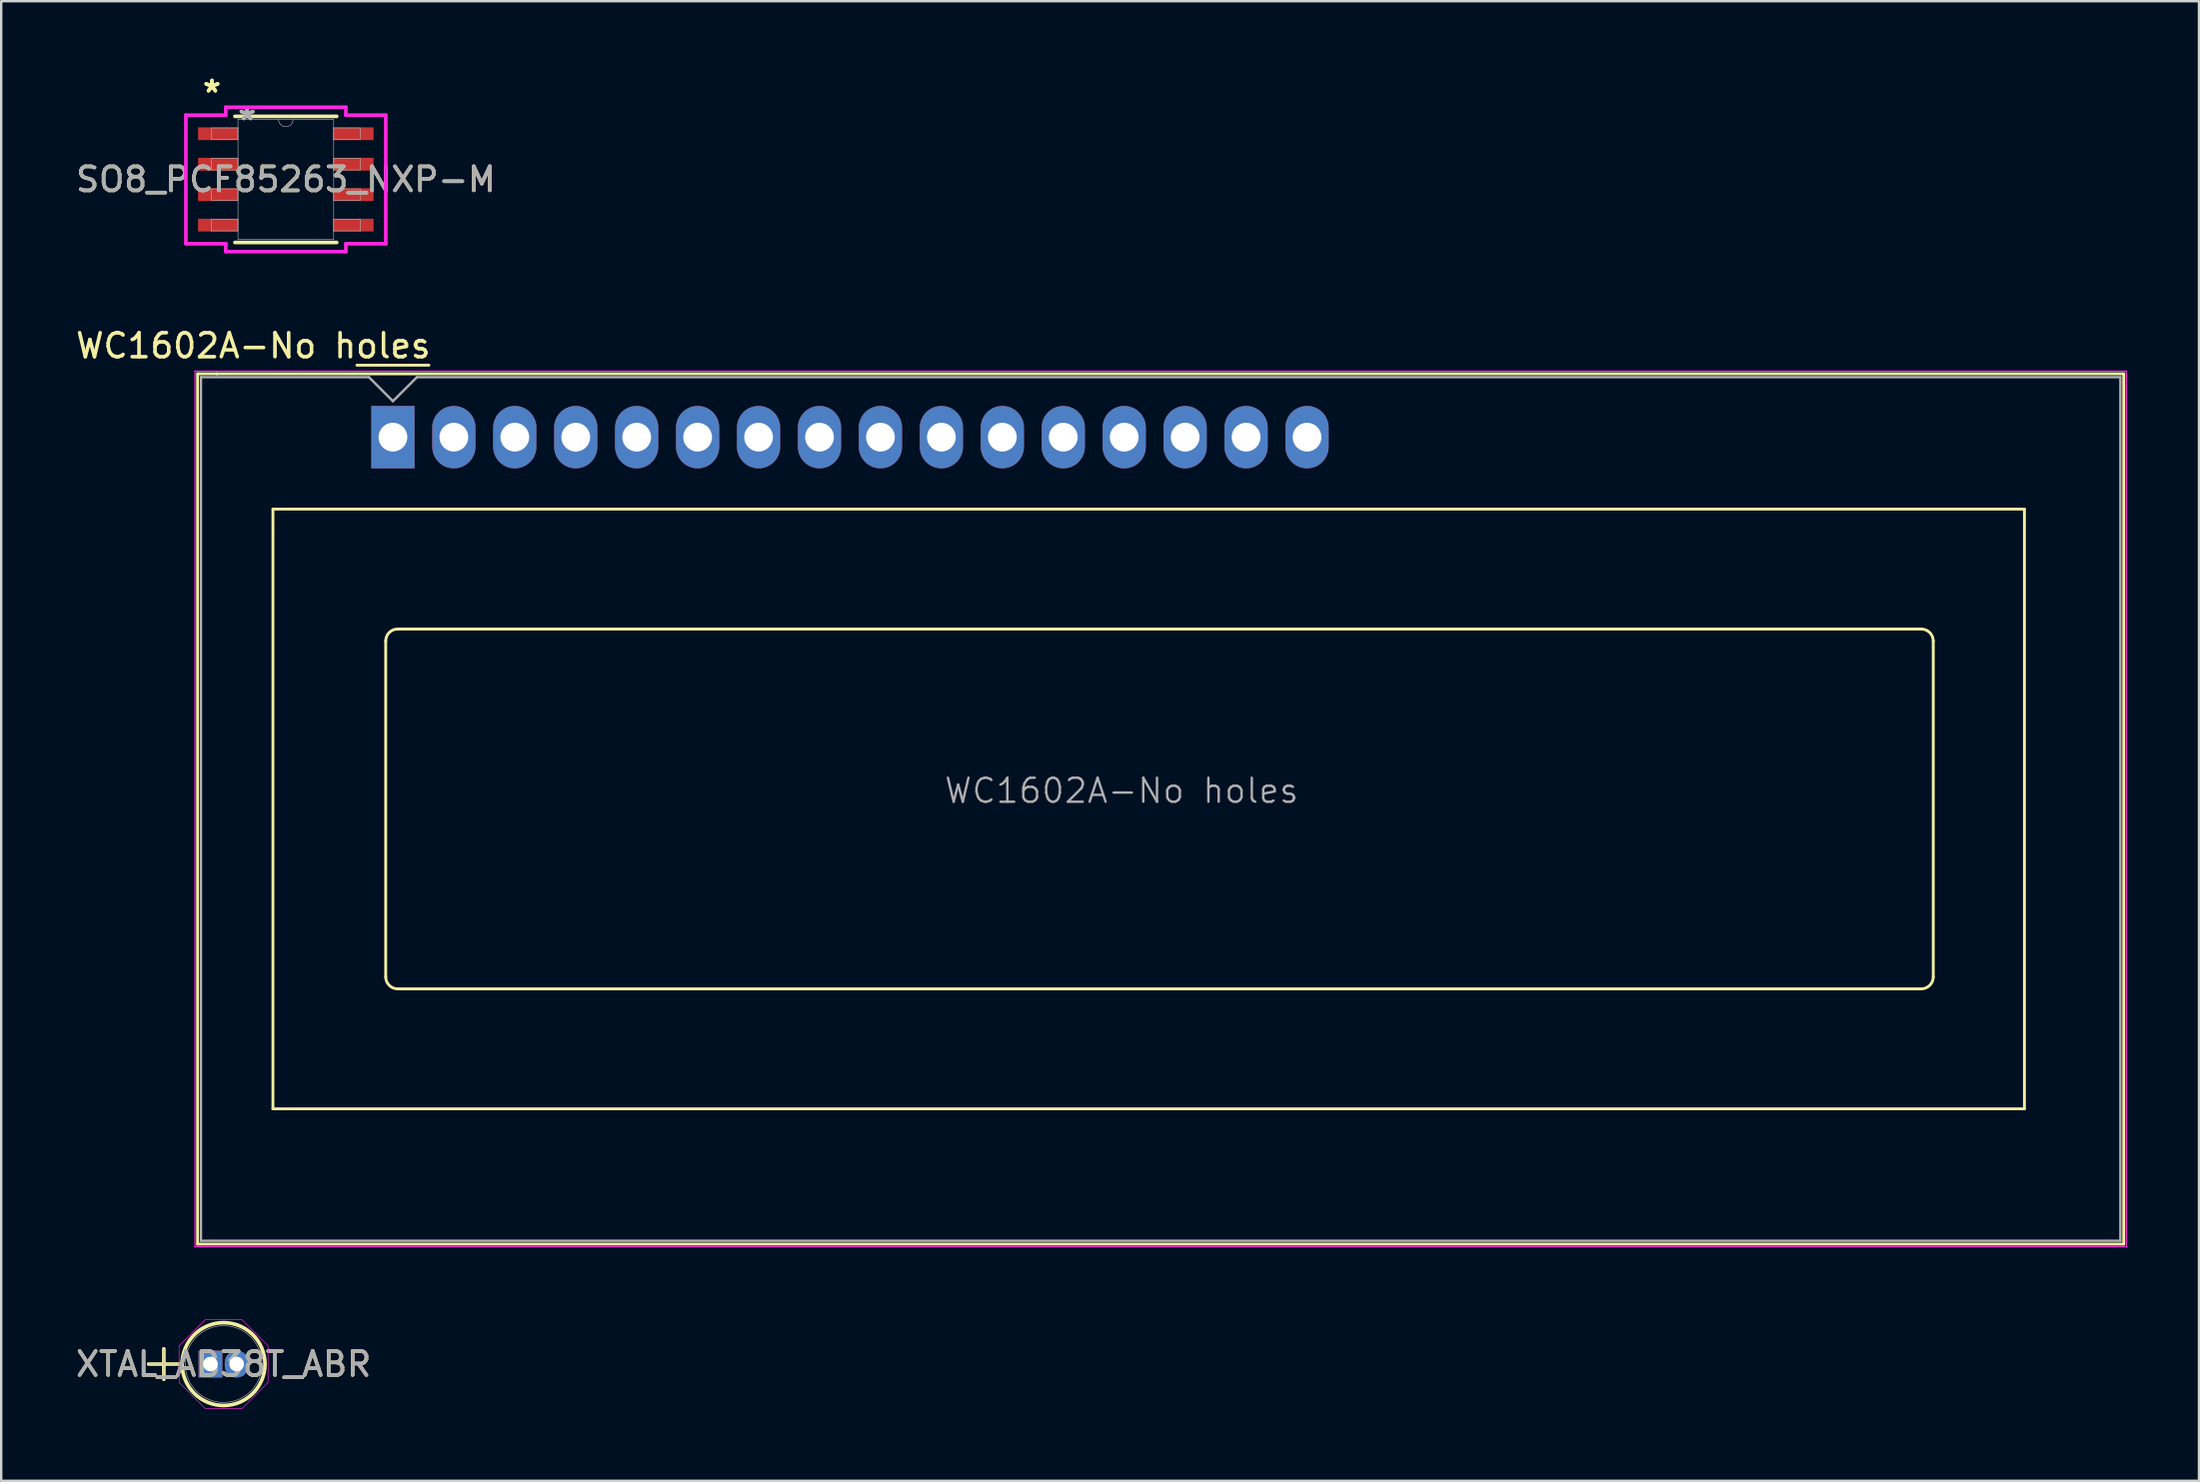
<source format=kicad_pcb>
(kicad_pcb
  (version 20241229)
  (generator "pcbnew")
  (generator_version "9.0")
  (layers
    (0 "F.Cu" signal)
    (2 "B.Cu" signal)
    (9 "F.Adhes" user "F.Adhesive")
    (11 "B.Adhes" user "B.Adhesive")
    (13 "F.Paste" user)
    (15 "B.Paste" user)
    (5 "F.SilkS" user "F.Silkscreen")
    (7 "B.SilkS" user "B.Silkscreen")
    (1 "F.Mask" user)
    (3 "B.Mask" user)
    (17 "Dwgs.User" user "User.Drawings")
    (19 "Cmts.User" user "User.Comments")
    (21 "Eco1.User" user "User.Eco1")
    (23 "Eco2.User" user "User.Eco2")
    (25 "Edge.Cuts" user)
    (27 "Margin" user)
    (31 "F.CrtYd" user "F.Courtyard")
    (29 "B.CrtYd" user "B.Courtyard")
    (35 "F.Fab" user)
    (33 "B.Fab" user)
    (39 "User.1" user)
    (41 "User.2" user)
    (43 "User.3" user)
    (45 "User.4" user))
  (footprint "WC1602A-No holes"
    (layer "F.Cu")
    (at 13.326 15.174)
    (property "Reference" "WC1602A-No holes" (at -5.82 -3.81 180) (layer "F.SilkS") (effects (font (size 1 1) (thickness 0.15))))
    (attr through_hole)
    (fp_line (start -8.14 -2.64) (end -8.14 33.64) (stroke (width 0.12) (type solid)) (layer "F.SilkS"))
    (fp_line (start -8.14 33.64) (end 72.14 33.64) (stroke (width 0.12) (type solid)) (layer "F.SilkS"))
    (fp_line (start -8.13 -2.64) (end -7.34 -2.64) (stroke (width 0.12) (type solid)) (layer "F.SilkS"))
    (fp_line (start -5 3) (end 68 3) (stroke (width 0.12) (type solid)) (layer "F.SilkS"))
    (fp_line (start -5 28) (end -5 3) (stroke (width 0.12) (type solid)) (layer "F.SilkS"))
    (fp_line (start -1.5 -3) (end 1.5 -3) (stroke (width 0.12) (type solid)) (layer "F.SilkS"))
    (fp_line (start -0.3 22.499) (end -0.3 8.5) (stroke (width 0.12) (type solid)) (layer "F.SilkS"))
    (fp_line (start 0.2 8) (end 63.7 8) (stroke (width 0.12) (type solid)) (layer "F.SilkS"))
    (fp_line (start 63.701 23) (end 0.2 23) (stroke (width 0.12) (type solid)) (layer "F.SilkS"))
    (fp_line (start 64.2 8.5) (end 64.2 22.5) (stroke (width 0.12) (type solid)) (layer "F.SilkS"))
    (fp_line (start 68 3) (end 68 28) (stroke (width 0.12) (type solid)) (layer "F.SilkS"))
    (fp_line (start 68 28) (end -5 28) (stroke (width 0.12) (type solid)) (layer "F.SilkS"))
    (fp_line (start 72.14 -2.64) (end -7.34 -2.64) (stroke (width 0.12) (type solid)) (layer "F.SilkS"))
    (fp_line (start 72.14 33.64) (end 72.14 -2.64) (stroke (width 0.12) (type solid)) (layer "F.SilkS"))
    (fp_arc (start -0.29972 8.49884) (mid -0.153162 8.145018) (end 0.20066 7.99846) (stroke (width 0.12) (type solid)) (layer "F.SilkS"))
    (fp_arc (start 0.20066 22.9997) (mid -0.153162 22.853142) (end -0.29972 22.49932) (stroke (width 0.12) (type solid)) (layer "F.SilkS"))
    (fp_arc (start 63.7 8) (mid 64.053553 8.146447) (end 64.2 8.5) (stroke (width 0.12) (type solid)) (layer "F.SilkS"))
    (fp_arc (start 64.20104 22.49932) (mid 64.054482 22.853142) (end 63.70066 22.9997) (stroke (width 0.12) (type solid)) (layer "F.SilkS"))
    (fp_line (start -8.25 -2.75) (end -8.25 33.75) (stroke (width 0.05) (type solid)) (layer "F.CrtYd"))
    (fp_line (start -8.25 -2.75) (end 72.25 -2.75) (stroke (width 0.05) (type solid)) (layer "F.CrtYd"))
    (fp_line (start -8.25 33.75) (end 72.25 33.75) (stroke (width 0.05) (type solid)) (layer "F.CrtYd"))
    (fp_line (start 72.25 -2.75) (end 72.25 33.75) (stroke (width 0.05) (type solid)) (layer "F.CrtYd"))
    (fp_line (start -8 33.5) (end -8 -2.5) (stroke (width 0.1) (type solid)) (layer "F.Fab"))
    (fp_line (start -1 -2.5) (end -8 -2.5) (stroke (width 0.1) (type solid)) (layer "F.Fab"))
    (fp_line (start 0 -1.5) (end -1 -2.5) (stroke (width 0.1) (type solid)) (layer "F.Fab"))
    (fp_line (start 1 -2.5) (end 0 -1.5) (stroke (width 0.1) (type solid)) (layer "F.Fab"))
    (fp_line (start 1 -2.5) (end 72 -2.5) (stroke (width 0.1) (type solid)) (layer "F.Fab"))
    (fp_line (start 72 -2.5) (end 72 33.5) (stroke (width 0.1) (type solid)) (layer "F.Fab"))
    (fp_line (start 72 33.5) (end -8 33.5) (stroke (width 0.1) (type solid)) (layer "F.Fab"))
    (fp_text user "${REFERENCE}" (at 30.37 14.74 180) (layer "F.Fab") (effects (font (size 1 1) (thickness 0.1))))
    (pad "1" thru_hole rect (at 0 0) (size 1.8 2.6) (drill 1.2) (layers "*.Cu" "*.Mask"))
    (pad "2" thru_hole oval (at 2.54 0) (size 1.8 2.6) (drill 1.2) (layers "*.Cu" "*.Mask"))
    (pad "3" thru_hole oval (at 5.08 0) (size 1.8 2.6) (drill 1.2) (layers "*.Cu" "*.Mask"))
    (pad "4" thru_hole oval (at 7.62 0) (size 1.8 2.6) (drill 1.2) (layers "*.Cu" "*.Mask"))
    (pad "5" thru_hole oval (at 10.16 0) (size 1.8 2.6) (drill 1.2) (layers "*.Cu" "*.Mask"))
    (pad "6" thru_hole oval (at 12.7 0) (size 1.8 2.6) (drill 1.2) (layers "*.Cu" "*.Mask"))
    (pad "7" thru_hole oval (at 15.24 0) (size 1.8 2.6) (drill 1.2) (layers "*.Cu" "*.Mask"))
    (pad "8" thru_hole oval (at 17.78 0) (size 1.8 2.6) (drill 1.2) (layers "*.Cu" "*.Mask"))
    (pad "9" thru_hole oval (at 20.32 0) (size 1.8 2.6) (drill 1.2) (layers "*.Cu" "*.Mask"))
    (pad "10" thru_hole oval (at 22.86 0) (size 1.8 2.6) (drill 1.2) (layers "*.Cu" "*.Mask"))
    (pad "11" thru_hole oval (at 25.4 0) (size 1.8 2.6) (drill 1.2) (layers "*.Cu" "*.Mask"))
    (pad "12" thru_hole oval (at 27.94 0) (size 1.8 2.6) (drill 1.2) (layers "*.Cu" "*.Mask"))
    (pad "13" thru_hole oval (at 30.48 0) (size 1.8 2.6) (drill 1.2) (layers "*.Cu" "*.Mask"))
    (pad "14" thru_hole oval (at 33.02 0) (size 1.8 2.6) (drill 1.2) (layers "*.Cu" "*.Mask"))
    (pad "15" thru_hole oval (at 35.56 0) (size 1.8 2.6) (drill 1.2) (layers "*.Cu" "*.Mask"))
    (pad "16" thru_hole oval (at 38.1 0) (size 1.8 2.6) (drill 1.2) (layers "*.Cu" "*.Mask")))
  (footprint "XTAL_AB38T_ABR"
    (layer "F.Cu")
    (at 5.722 53.816)
    (property "Reference" "XTAL_AB38T_ABR" (at 0.546 0 0) (unlocked yes) (layer "F.SilkS") (effects (font (size 1 1) (thickness 0.15))))
    (attr through_hole)
    (fp_line (start -2.578 0) (end -1.308 0) (stroke (width 0.152) (type solid)) (layer "F.SilkS"))
    (fp_line (start -1.943 -0.635) (end -1.943 0.635) (stroke (width 0.152) (type solid)) (layer "F.SilkS"))
    (fp_circle (center 0.546 0) (end 2.273 0) (stroke (width 0.152) (type solid)) (fill no) (layer "F.SilkS"))
    (fp_line (start -1.308 -0.763) (end -0.217 -1.854) (stroke (width 0.025) (type solid)) (layer "F.CrtYd"))
    (fp_line (start -1.308 0.763) (end -1.308 -0.763) (stroke (width 0.025) (type solid)) (layer "F.CrtYd"))
    (fp_line (start -0.217 -1.854) (end 1.31 -1.854) (stroke (width 0.025) (type solid)) (layer "F.CrtYd"))
    (fp_line (start -0.217 1.854) (end -1.308 0.763) (stroke (width 0.025) (type solid)) (layer "F.CrtYd"))
    (fp_line (start 1.31 -1.854) (end 2.4 -0.763) (stroke (width 0.025) (type solid)) (layer "F.CrtYd"))
    (fp_line (start 1.31 1.854) (end -0.217 1.854) (stroke (width 0.025) (type solid)) (layer "F.CrtYd"))
    (fp_line (start 2.4 -0.763) (end 2.4 0.763) (stroke (width 0.025) (type solid)) (layer "F.CrtYd"))
    (fp_line (start 2.4 0.763) (end 1.31 1.854) (stroke (width 0.025) (type solid)) (layer "F.CrtYd"))
    (fp_line (start -2.578 0) (end -1.308 0) (stroke (width 0.025) (type solid)) (layer "F.Fab"))
    (fp_line (start -1.943 -0.635) (end -1.943 0.635) (stroke (width 0.025) (type solid)) (layer "F.Fab"))
    (fp_circle (center 0.546 0) (end 2.146 0) (stroke (width 0.025) (type solid)) (fill no) (layer "F.Fab"))
    (fp_text user "${REFERENCE}" (at 0.546 0 0) (unlocked yes) (layer "F.Fab") (effects (font (size 1 1) (thickness 0.15))))
    (pad "1" thru_hole rect (at 0 0) (size 0.991 1.118) (drill 0.61) (layers "*.Cu" "*.Mask"))
    (pad "2" thru_hole oval (at 1.092 0) (size 0.991 1.118) (drill 0.61) (layers "*.Cu" "*.Mask")))
  (footprint "SO8_PCF85263_NXP-M"
    (layer "F.Cu")
    (at 8.863 4.43)
    (property "Reference" "SO8_PCF85263_NXP-M" (at 0 0 0) (unlocked yes) (layer "F.SilkS") (effects (font (size 1 1) (thickness 0.15))))
    (attr smd)
    (fp_line (start -2.121 2.629) (end 2.121 2.629) (stroke (width 0.152) (type solid)) (layer "F.SilkS"))
    (fp_line (start 2.121 -2.629) (end -2.121 -2.629) (stroke (width 0.152) (type solid)) (layer "F.SilkS"))
    (fp_line (start -4.166 -2.68) (end -2.502 -2.68) (stroke (width 0.152) (type solid)) (layer "F.CrtYd"))
    (fp_line (start -4.166 2.68) (end -4.166 -2.68) (stroke (width 0.152) (type solid)) (layer "F.CrtYd"))
    (fp_line (start -4.166 2.68) (end -2.502 2.68) (stroke (width 0.152) (type solid)) (layer "F.CrtYd"))
    (fp_line (start -2.502 -3.01) (end 2.502 -3.01) (stroke (width 0.152) (type solid)) (layer "F.CrtYd"))
    (fp_line (start -2.502 -2.68) (end -2.502 -3.01) (stroke (width 0.152) (type solid)) (layer "F.CrtYd"))
    (fp_line (start -2.502 3.01) (end -2.502 2.68) (stroke (width 0.152) (type solid)) (layer "F.CrtYd"))
    (fp_line (start 2.502 -3.01) (end 2.502 -2.68) (stroke (width 0.152) (type solid)) (layer "F.CrtYd"))
    (fp_line (start 2.502 2.68) (end 2.502 3.01) (stroke (width 0.152) (type solid)) (layer "F.CrtYd"))
    (fp_line (start 2.502 3.01) (end -2.502 3.01) (stroke (width 0.152) (type solid)) (layer "F.CrtYd"))
    (fp_line (start 4.166 -2.68) (end 2.502 -2.68) (stroke (width 0.152) (type solid)) (layer "F.CrtYd"))
    (fp_line (start 4.166 -2.68) (end 4.166 2.68) (stroke (width 0.152) (type solid)) (layer "F.CrtYd"))
    (fp_line (start 4.166 2.68) (end 2.502 2.68) (stroke (width 0.152) (type solid)) (layer "F.CrtYd"))
    (fp_line (start -3.099 -2.146) (end -3.099 -1.664) (stroke (width 0.025) (type solid)) (layer "F.Fab"))
    (fp_line (start -3.099 -1.664) (end -1.994 -1.664) (stroke (width 0.025) (type solid)) (layer "F.Fab"))
    (fp_line (start -3.099 -0.876) (end -3.099 -0.394) (stroke (width 0.025) (type solid)) (layer "F.Fab"))
    (fp_line (start -3.099 -0.394) (end -1.994 -0.394) (stroke (width 0.025) (type solid)) (layer "F.Fab"))
    (fp_line (start -3.099 0.394) (end -3.099 0.876) (stroke (width 0.025) (type solid)) (layer "F.Fab"))
    (fp_line (start -3.099 0.876) (end -1.994 0.876) (stroke (width 0.025) (type solid)) (layer "F.Fab"))
    (fp_line (start -3.099 1.664) (end -3.099 2.146) (stroke (width 0.025) (type solid)) (layer "F.Fab"))
    (fp_line (start -3.099 2.146) (end -1.994 2.146) (stroke (width 0.025) (type solid)) (layer "F.Fab"))
    (fp_line (start -1.994 -2.502) (end -1.994 2.502) (stroke (width 0.025) (type solid)) (layer "F.Fab"))
    (fp_line (start -1.994 -2.146) (end -3.099 -2.146) (stroke (width 0.025) (type solid)) (layer "F.Fab"))
    (fp_line (start -1.994 -1.664) (end -1.994 -2.146) (stroke (width 0.025) (type solid)) (layer "F.Fab"))
    (fp_line (start -1.994 -0.876) (end -3.099 -0.876) (stroke (width 0.025) (type solid)) (layer "F.Fab"))
    (fp_line (start -1.994 -0.394) (end -1.994 -0.876) (stroke (width 0.025) (type solid)) (layer "F.Fab"))
    (fp_line (start -1.994 0.394) (end -3.099 0.394) (stroke (width 0.025) (type solid)) (layer "F.Fab"))
    (fp_line (start -1.994 0.876) (end -1.994 0.394) (stroke (width 0.025) (type solid)) (layer "F.Fab"))
    (fp_line (start -1.994 1.664) (end -3.099 1.664) (stroke (width 0.025) (type solid)) (layer "F.Fab"))
    (fp_line (start -1.994 2.146) (end -1.994 1.664) (stroke (width 0.025) (type solid)) (layer "F.Fab"))
    (fp_line (start -1.994 2.502) (end 1.994 2.502) (stroke (width 0.025) (type solid)) (layer "F.Fab"))
    (fp_line (start 1.994 -2.502) (end -1.994 -2.502) (stroke (width 0.025) (type solid)) (layer "F.Fab"))
    (fp_line (start 1.994 -2.146) (end 1.994 -1.664) (stroke (width 0.025) (type solid)) (layer "F.Fab"))
    (fp_line (start 1.994 -1.664) (end 3.099 -1.664) (stroke (width 0.025) (type solid)) (layer "F.Fab"))
    (fp_line (start 1.994 -0.876) (end 1.994 -0.394) (stroke (width 0.025) (type solid)) (layer "F.Fab"))
    (fp_line (start 1.994 -0.394) (end 3.099 -0.394) (stroke (width 0.025) (type solid)) (layer "F.Fab"))
    (fp_line (start 1.994 0.394) (end 1.994 0.876) (stroke (width 0.025) (type solid)) (layer "F.Fab"))
    (fp_line (start 1.994 0.876) (end 3.099 0.876) (stroke (width 0.025) (type solid)) (layer "F.Fab"))
    (fp_line (start 1.994 1.664) (end 1.994 2.146) (stroke (width 0.025) (type solid)) (layer "F.Fab"))
    (fp_line (start 1.994 2.146) (end 3.099 2.146) (stroke (width 0.025) (type solid)) (layer "F.Fab"))
    (fp_line (start 1.994 2.502) (end 1.994 -2.502) (stroke (width 0.025) (type solid)) (layer "F.Fab"))
    (fp_line (start 3.099 -2.146) (end 1.994 -2.146) (stroke (width 0.025) (type solid)) (layer "F.Fab"))
    (fp_line (start 3.099 -1.664) (end 3.099 -2.146) (stroke (width 0.025) (type solid)) (layer "F.Fab"))
    (fp_line (start 3.099 -0.876) (end 1.994 -0.876) (stroke (width 0.025) (type solid)) (layer "F.Fab"))
    (fp_line (start 3.099 -0.394) (end 3.099 -0.876) (stroke (width 0.025) (type solid)) (layer "F.Fab"))
    (fp_line (start 3.099 0.394) (end 1.994 0.394) (stroke (width 0.025) (type solid)) (layer "F.Fab"))
    (fp_line (start 3.099 0.876) (end 3.099 0.394) (stroke (width 0.025) (type solid)) (layer "F.Fab"))
    (fp_line (start 3.099 1.664) (end 1.994 1.664) (stroke (width 0.025) (type solid)) (layer "F.Fab"))
    (fp_line (start 3.099 2.146) (end 3.099 1.664) (stroke (width 0.025) (type solid)) (layer "F.Fab"))
    (fp_arc (start 0.3048 -2.5019) (mid 0 -2.1971) (end -0.3048 -2.5019) (stroke (width 0.0254) (type solid)) (layer "F.Fab"))
    (fp_text user "*" (at -3.08 -3.581 0) (unlocked yes) (layer "F.SilkS") (effects (font (size 1 1) (thickness 0.15))))
    (fp_text user "*" (at -3.08 -3.581 0) (layer "F.SilkS") (effects (font (size 1 1) (thickness 0.15))))
    (fp_text user "${REFERENCE}" (at 0 0 0) (unlocked yes) (layer "F.Fab") (effects (font (size 1 1) (thickness 0.15))))
    (fp_text user "*" (at -1.613 -2.426 0) (layer "F.Fab") (effects (font (size 1 1) (thickness 0.15))))
    (fp_text user "*" (at -1.613 -2.426 0) (unlocked yes) (layer "F.Fab") (effects (font (size 1 1) (thickness 0.15))))
    (pad "1" smd rect (at -2.826 -1.905) (size 1.664 0.533) (layers "F.Cu" "F.Mask" "F.Paste"))
    (pad "2" smd rect (at -2.826 -0.635) (size 1.664 0.533) (layers "F.Cu" "F.Mask" "F.Paste"))
    (pad "3" smd rect (at -2.826 0.635) (size 1.664 0.533) (layers "F.Cu" "F.Mask" "F.Paste"))
    (pad "4" smd rect (at -2.826 1.905) (size 1.664 0.533) (layers "F.Cu" "F.Mask" "F.Paste"))
    (pad "5" smd rect (at 2.826 1.905) (size 1.664 0.533) (layers "F.Cu" "F.Mask" "F.Paste"))
    (pad "6" smd rect (at 2.826 0.635) (size 1.664 0.533) (layers "F.Cu" "F.Mask" "F.Paste"))
    (pad "7" smd rect (at 2.826 -0.635) (size 1.664 0.533) (layers "F.Cu" "F.Mask" "F.Paste"))
    (pad "8" smd rect (at 2.826 -1.905) (size 1.664 0.533) (layers "F.Cu" "F.Mask" "F.Paste")))
  (gr_rect
    (start -3 -3)
    (end 88.601 58.683)
    (stroke (width 0.1) (type default))
    (fill no)
    (layer "Edge.Cuts")))
</source>
